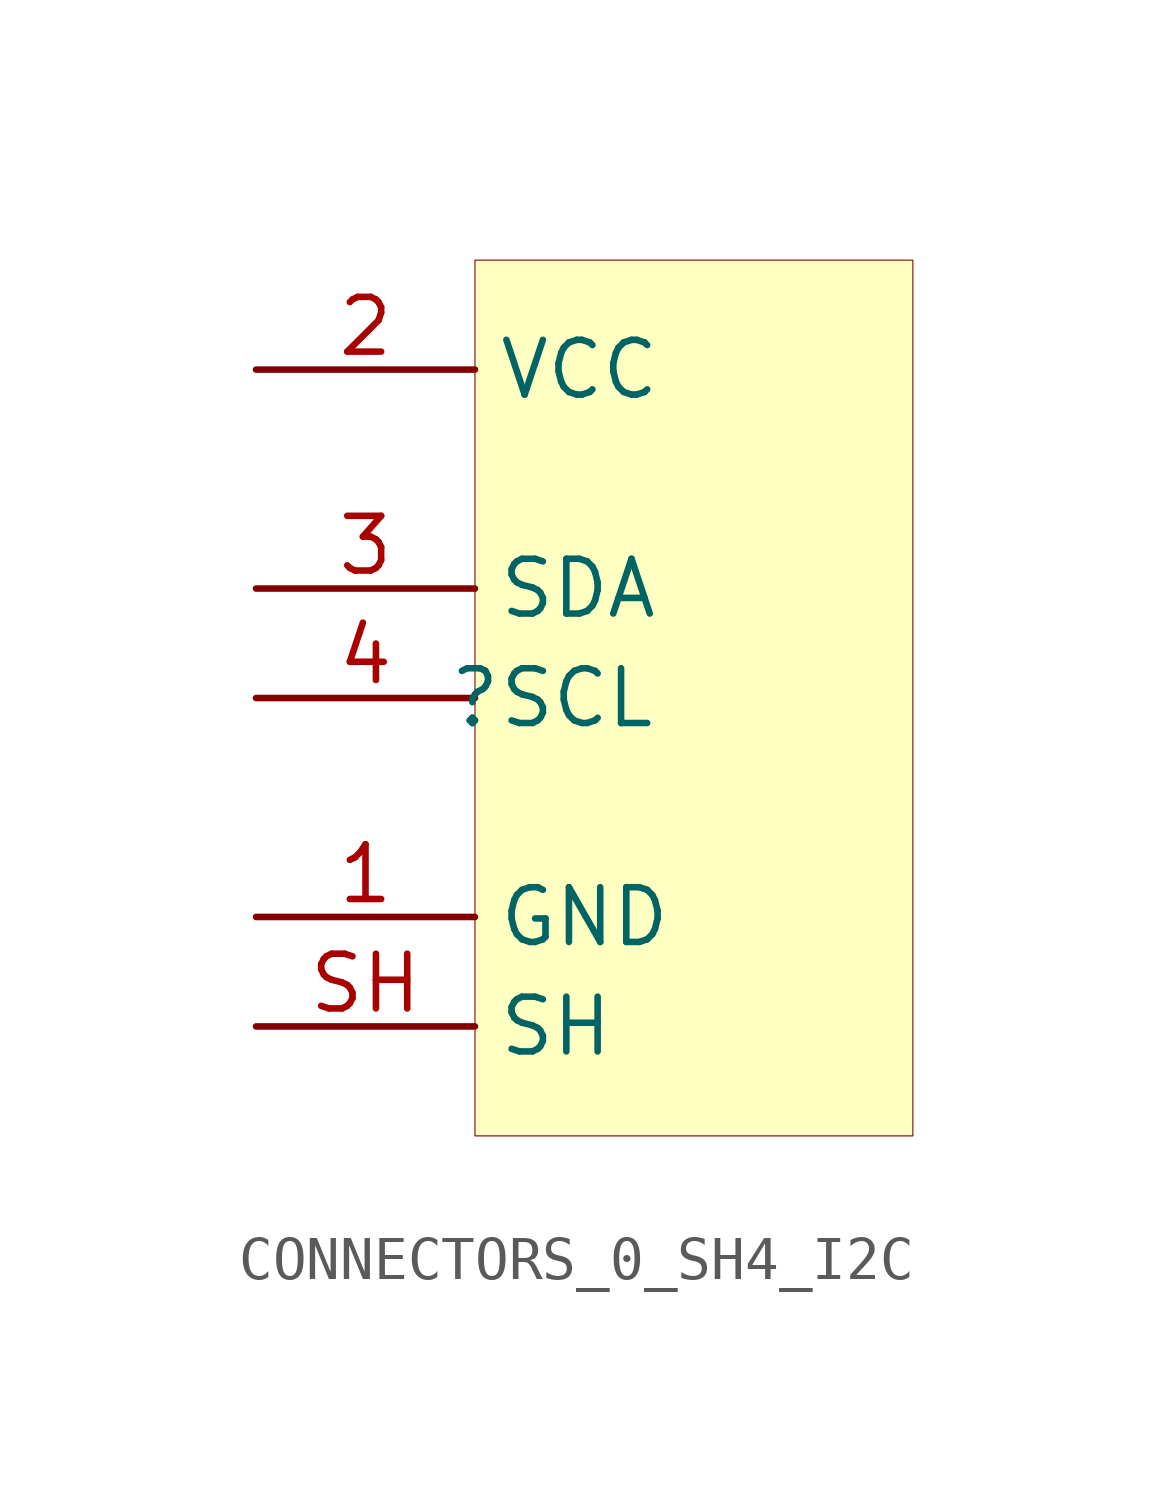
<source format=kicad_sym>
(kicad_symbol_lib
  (version 20231120)
  (generator "kicad_symbol_editor")
  (generator_version "7.99")
  (symbol "CONNECTORS_0_SH4_I2C"
    (property "Reference" ""
      (at 0 0 0)
      (effects (font (size 1.27 1.27))))
    (property "Value" ""
      (at 0 0 0)
      (effects (font (size 1.27 1.27))))
    (symbol "CONNECTORS_0_SH4_I2C_1_0"
      (rectangle (start 10.16 10.16) (end 0 -10.16) (stroke (width 0.025) (type solid) (color 128 0 0 1)) (fill (type background)))
      (pin passive line (at -5.08 -5.08 0) (length 5.08) (name "GND" (effects (font (size 1.27 1.27)))) (number "1" (effects (font (size 1.27 1.27)))))
      (pin passive line (at -5.08 7.62 0) (length 5.08) (name "VCC" (effects (font (size 1.27 1.27)))) (number "2" (effects (font (size 1.27 1.27)))))
      (pin passive line (at -5.08 2.54 0) (length 5.08) (name "SDA" (effects (font (size 1.27 1.27)))) (number "3" (effects (font (size 1.27 1.27)))))
      (pin passive line (at -5.08 0 0) (length 5.08) (name "SCL" (effects (font (size 1.27 1.27)))) (number "4" (effects (font (size 1.27 1.27)))))
      (pin passive line (at -5.08 -7.62 0) (length 5.08) (name "SH" (effects (font (size 1.27 1.27)))) (number "SH" (effects (font (size 1.27 1.27))))))))
</source>
